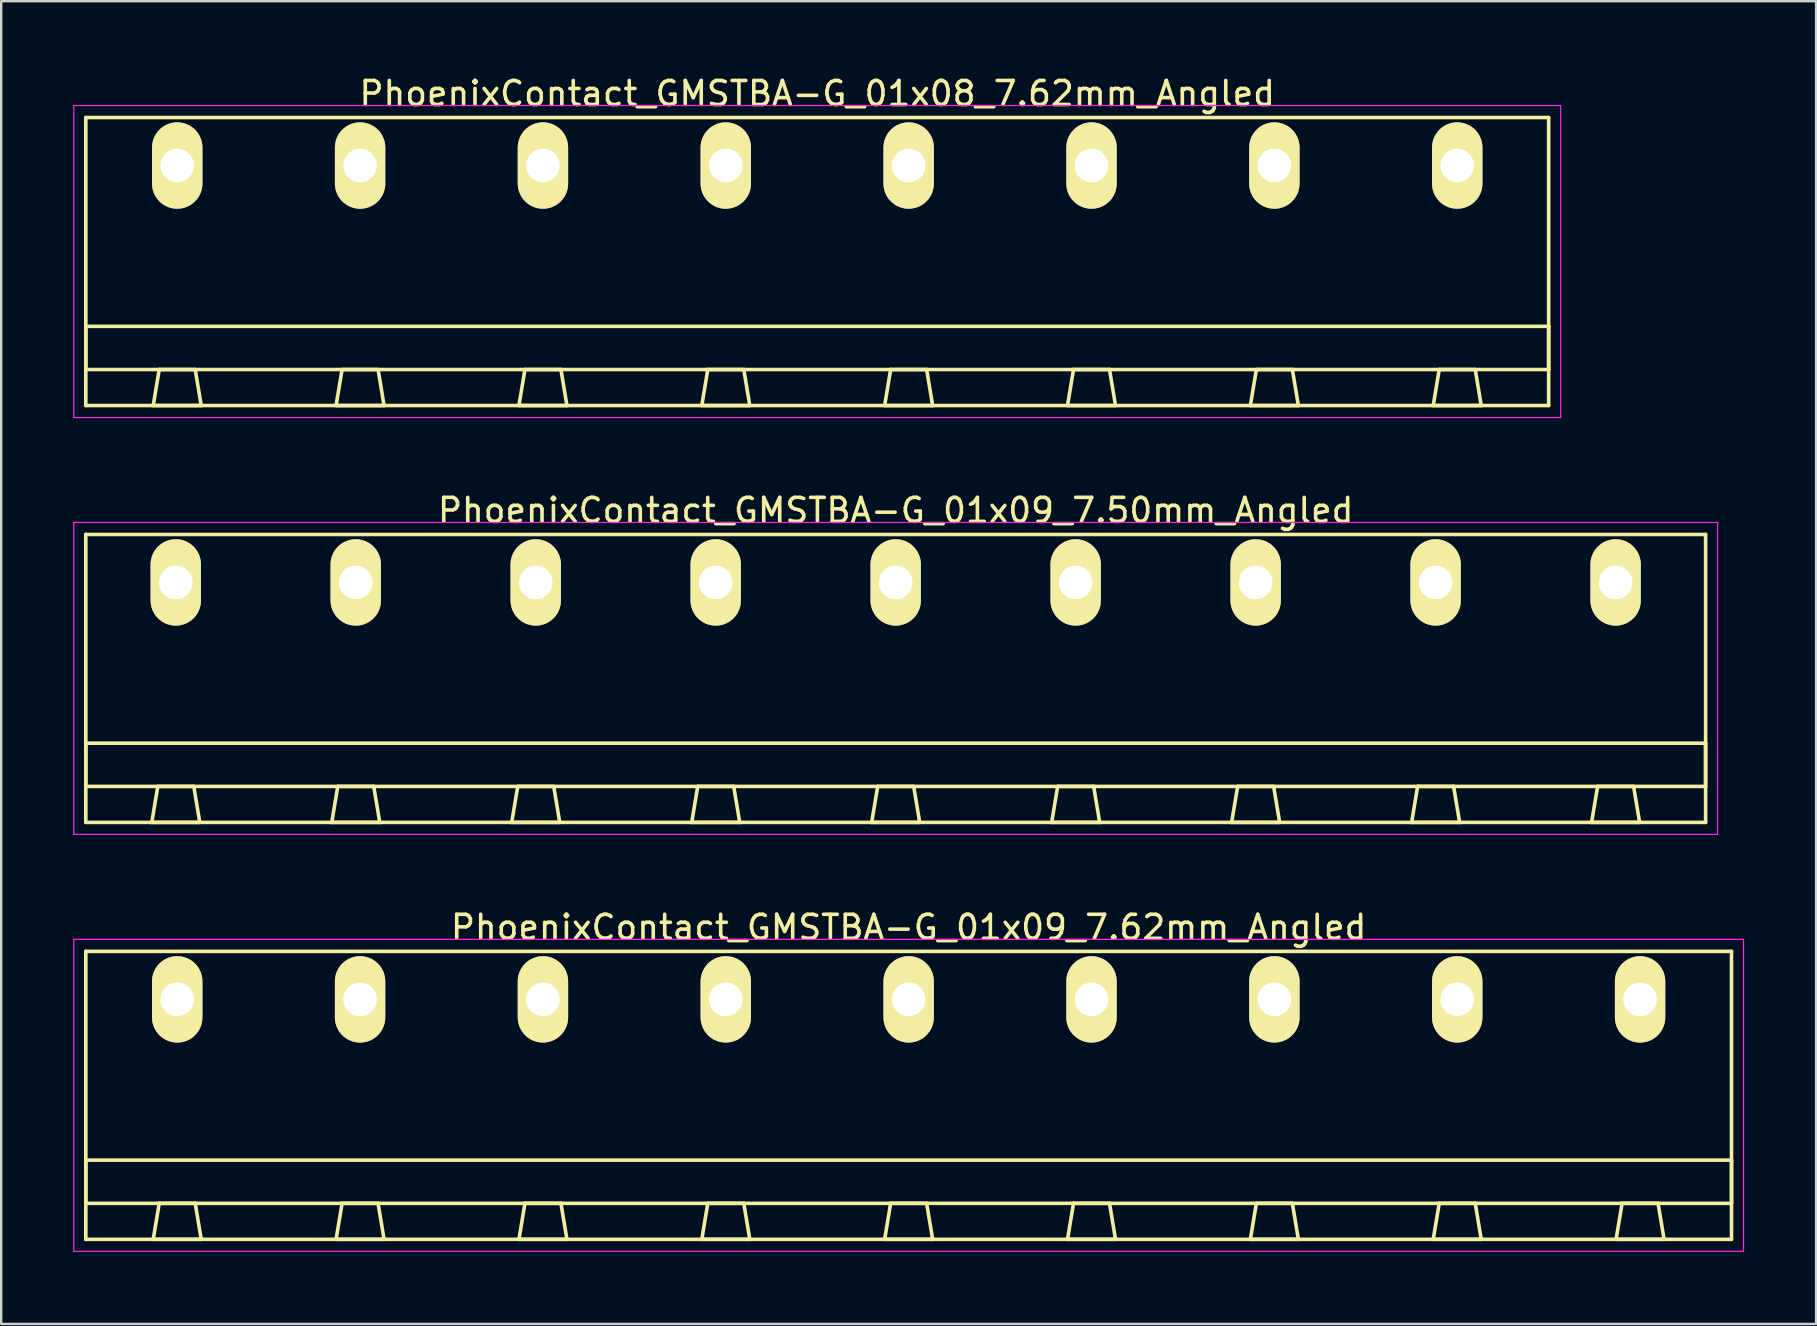
<source format=kicad_pcb>
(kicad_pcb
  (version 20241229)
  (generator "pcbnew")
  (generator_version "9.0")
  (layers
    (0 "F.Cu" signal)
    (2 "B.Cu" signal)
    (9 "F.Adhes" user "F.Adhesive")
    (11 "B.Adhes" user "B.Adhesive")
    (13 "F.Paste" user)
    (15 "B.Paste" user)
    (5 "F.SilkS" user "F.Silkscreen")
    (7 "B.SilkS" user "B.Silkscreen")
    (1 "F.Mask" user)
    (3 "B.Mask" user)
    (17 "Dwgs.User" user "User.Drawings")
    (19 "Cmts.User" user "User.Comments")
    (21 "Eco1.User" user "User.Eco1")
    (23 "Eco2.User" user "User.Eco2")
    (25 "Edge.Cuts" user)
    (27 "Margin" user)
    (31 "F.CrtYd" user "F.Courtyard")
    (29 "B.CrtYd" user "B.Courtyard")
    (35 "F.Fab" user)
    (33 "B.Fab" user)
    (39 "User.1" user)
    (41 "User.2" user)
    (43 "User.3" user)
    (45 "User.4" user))
  (footprint "PhoenixContact_GMSTBA-G_01x08_7.62mm_Angled"
    (layer "F.Cu")
    (at 4.335 3.848)
    (property "Reference" "PhoenixContact_GMSTBA-G_01x08_7.62mm_Angled" (at 26.67 -3 0) (layer "F.SilkS") (effects (font (size 1 1) (thickness 0.15))))
    (attr through_hole)
    (fp_line (start -3.81 -2) (end -3.81 10) (stroke (width 0.15) (type solid)) (layer "F.SilkS"))
    (fp_line (start -3.81 6.7) (end 57.15 6.7) (stroke (width 0.15) (type solid)) (layer "F.SilkS"))
    (fp_line (start -3.81 8.5) (end -3.81 6.7) (stroke (width 0.15) (type solid)) (layer "F.SilkS"))
    (fp_line (start -3.81 10) (end 57.15 10) (stroke (width 0.15) (type solid)) (layer "F.SilkS"))
    (fp_line (start -1 10) (end 1 10) (stroke (width 0.15) (type solid)) (layer "F.SilkS"))
    (fp_line (start -0.75 8.5) (end -1 10) (stroke (width 0.15) (type solid)) (layer "F.SilkS"))
    (fp_line (start 0.75 8.5) (end -0.75 8.5) (stroke (width 0.15) (type solid)) (layer "F.SilkS"))
    (fp_line (start 1 10) (end 0.75 8.5) (stroke (width 0.15) (type solid)) (layer "F.SilkS"))
    (fp_line (start 6.62 10) (end 8.62 10) (stroke (width 0.15) (type solid)) (layer "F.SilkS"))
    (fp_line (start 6.87 8.5) (end 6.62 10) (stroke (width 0.15) (type solid)) (layer "F.SilkS"))
    (fp_line (start 8.37 8.5) (end 6.87 8.5) (stroke (width 0.15) (type solid)) (layer "F.SilkS"))
    (fp_line (start 8.62 10) (end 8.37 8.5) (stroke (width 0.15) (type solid)) (layer "F.SilkS"))
    (fp_line (start 14.24 10) (end 16.24 10) (stroke (width 0.15) (type solid)) (layer "F.SilkS"))
    (fp_line (start 14.49 8.5) (end 14.24 10) (stroke (width 0.15) (type solid)) (layer "F.SilkS"))
    (fp_line (start 15.99 8.5) (end 14.49 8.5) (stroke (width 0.15) (type solid)) (layer "F.SilkS"))
    (fp_line (start 16.24 10) (end 15.99 8.5) (stroke (width 0.15) (type solid)) (layer "F.SilkS"))
    (fp_line (start 21.86 10) (end 23.86 10) (stroke (width 0.15) (type solid)) (layer "F.SilkS"))
    (fp_line (start 22.11 8.5) (end 21.86 10) (stroke (width 0.15) (type solid)) (layer "F.SilkS"))
    (fp_line (start 23.61 8.5) (end 22.11 8.5) (stroke (width 0.15) (type solid)) (layer "F.SilkS"))
    (fp_line (start 23.86 10) (end 23.61 8.5) (stroke (width 0.15) (type solid)) (layer "F.SilkS"))
    (fp_line (start 29.48 10) (end 31.48 10) (stroke (width 0.15) (type solid)) (layer "F.SilkS"))
    (fp_line (start 29.73 8.5) (end 29.48 10) (stroke (width 0.15) (type solid)) (layer "F.SilkS"))
    (fp_line (start 31.23 8.5) (end 29.73 8.5) (stroke (width 0.15) (type solid)) (layer "F.SilkS"))
    (fp_line (start 31.48 10) (end 31.23 8.5) (stroke (width 0.15) (type solid)) (layer "F.SilkS"))
    (fp_line (start 37.1 10) (end 39.1 10) (stroke (width 0.15) (type solid)) (layer "F.SilkS"))
    (fp_line (start 37.35 8.5) (end 37.1 10) (stroke (width 0.15) (type solid)) (layer "F.SilkS"))
    (fp_line (start 38.85 8.5) (end 37.35 8.5) (stroke (width 0.15) (type solid)) (layer "F.SilkS"))
    (fp_line (start 39.1 10) (end 38.85 8.5) (stroke (width 0.15) (type solid)) (layer "F.SilkS"))
    (fp_line (start 44.72 10) (end 46.72 10) (stroke (width 0.15) (type solid)) (layer "F.SilkS"))
    (fp_line (start 44.97 8.5) (end 44.72 10) (stroke (width 0.15) (type solid)) (layer "F.SilkS"))
    (fp_line (start 46.47 8.5) (end 44.97 8.5) (stroke (width 0.15) (type solid)) (layer "F.SilkS"))
    (fp_line (start 46.72 10) (end 46.47 8.5) (stroke (width 0.15) (type solid)) (layer "F.SilkS"))
    (fp_line (start 52.34 10) (end 54.34 10) (stroke (width 0.15) (type solid)) (layer "F.SilkS"))
    (fp_line (start 52.59 8.5) (end 52.34 10) (stroke (width 0.15) (type solid)) (layer "F.SilkS"))
    (fp_line (start 54.09 8.5) (end 52.59 8.5) (stroke (width 0.15) (type solid)) (layer "F.SilkS"))
    (fp_line (start 54.34 10) (end 54.09 8.5) (stroke (width 0.15) (type solid)) (layer "F.SilkS"))
    (fp_line (start 57.15 -2) (end -3.81 -2) (stroke (width 0.15) (type solid)) (layer "F.SilkS"))
    (fp_line (start 57.15 6.7) (end 57.15 8.5) (stroke (width 0.15) (type solid)) (layer "F.SilkS"))
    (fp_line (start 57.15 8.5) (end -3.81 8.5) (stroke (width 0.15) (type solid)) (layer "F.SilkS"))
    (fp_line (start 57.15 10) (end 57.15 -2) (stroke (width 0.15) (type solid)) (layer "F.SilkS"))
    (fp_line (start -4.31 -2.5) (end -4.31 10.5) (stroke (width 0.05) (type solid)) (layer "F.CrtYd"))
    (fp_line (start -4.31 10.5) (end 57.65 10.5) (stroke (width 0.05) (type solid)) (layer "F.CrtYd"))
    (fp_line (start 57.65 -2.5) (end -4.31 -2.5) (stroke (width 0.05) (type solid)) (layer "F.CrtYd"))
    (fp_line (start 57.65 10.5) (end 57.65 -2.5) (stroke (width 0.05) (type solid)) (layer "F.CrtYd"))
    (pad "1" thru_hole oval (at 0 0) (size 2.1 3.6) (drill 1.4) (layers "*.Cu" "*.Mask" "F.SilkS"))
    (pad "2" thru_hole oval (at 7.62 0) (size 2.1 3.6) (drill 1.4) (layers "*.Cu" "*.Mask" "F.SilkS"))
    (pad "3" thru_hole oval (at 15.24 0) (size 2.1 3.6) (drill 1.4) (layers "*.Cu" "*.Mask" "F.SilkS"))
    (pad "4" thru_hole oval (at 22.86 0) (size 2.1 3.6) (drill 1.4) (layers "*.Cu" "*.Mask" "F.SilkS"))
    (pad "5" thru_hole oval (at 30.48 0) (size 2.1 3.6) (drill 1.4) (layers "*.Cu" "*.Mask" "F.SilkS"))
    (pad "6" thru_hole oval (at 38.1 0) (size 2.1 3.6) (drill 1.4) (layers "*.Cu" "*.Mask" "F.SilkS"))
    (pad "7" thru_hole oval (at 45.72 0) (size 2.1 3.6) (drill 1.4) (layers "*.Cu" "*.Mask" "F.SilkS"))
    (pad "8" thru_hole oval (at 53.34 0) (size 2.1 3.6) (drill 1.4) (layers "*.Cu" "*.Mask" "F.SilkS")))
  (footprint "PhoenixContact_GMSTBA-G_01x09_7.62mm_Angled"
    (layer "F.Cu")
    (at 4.335 38.595)
    (property "Reference" "PhoenixContact_GMSTBA-G_01x09_7.62mm_Angled" (at 30.48 -3 0) (layer "F.SilkS") (effects (font (size 1 1) (thickness 0.15))))
    (attr through_hole)
    (fp_line (start -3.81 -2) (end -3.81 10) (stroke (width 0.15) (type solid)) (layer "F.SilkS"))
    (fp_line (start -3.81 6.7) (end 64.77 6.7) (stroke (width 0.15) (type solid)) (layer "F.SilkS"))
    (fp_line (start -3.81 8.5) (end -3.81 6.7) (stroke (width 0.15) (type solid)) (layer "F.SilkS"))
    (fp_line (start -3.81 10) (end 64.77 10) (stroke (width 0.15) (type solid)) (layer "F.SilkS"))
    (fp_line (start -1 10) (end 1 10) (stroke (width 0.15) (type solid)) (layer "F.SilkS"))
    (fp_line (start -0.75 8.5) (end -1 10) (stroke (width 0.15) (type solid)) (layer "F.SilkS"))
    (fp_line (start 0.75 8.5) (end -0.75 8.5) (stroke (width 0.15) (type solid)) (layer "F.SilkS"))
    (fp_line (start 1 10) (end 0.75 8.5) (stroke (width 0.15) (type solid)) (layer "F.SilkS"))
    (fp_line (start 6.62 10) (end 8.62 10) (stroke (width 0.15) (type solid)) (layer "F.SilkS"))
    (fp_line (start 6.87 8.5) (end 6.62 10) (stroke (width 0.15) (type solid)) (layer "F.SilkS"))
    (fp_line (start 8.37 8.5) (end 6.87 8.5) (stroke (width 0.15) (type solid)) (layer "F.SilkS"))
    (fp_line (start 8.62 10) (end 8.37 8.5) (stroke (width 0.15) (type solid)) (layer "F.SilkS"))
    (fp_line (start 14.24 10) (end 16.24 10) (stroke (width 0.15) (type solid)) (layer "F.SilkS"))
    (fp_line (start 14.49 8.5) (end 14.24 10) (stroke (width 0.15) (type solid)) (layer "F.SilkS"))
    (fp_line (start 15.99 8.5) (end 14.49 8.5) (stroke (width 0.15) (type solid)) (layer "F.SilkS"))
    (fp_line (start 16.24 10) (end 15.99 8.5) (stroke (width 0.15) (type solid)) (layer "F.SilkS"))
    (fp_line (start 21.86 10) (end 23.86 10) (stroke (width 0.15) (type solid)) (layer "F.SilkS"))
    (fp_line (start 22.11 8.5) (end 21.86 10) (stroke (width 0.15) (type solid)) (layer "F.SilkS"))
    (fp_line (start 23.61 8.5) (end 22.11 8.5) (stroke (width 0.15) (type solid)) (layer "F.SilkS"))
    (fp_line (start 23.86 10) (end 23.61 8.5) (stroke (width 0.15) (type solid)) (layer "F.SilkS"))
    (fp_line (start 29.48 10) (end 31.48 10) (stroke (width 0.15) (type solid)) (layer "F.SilkS"))
    (fp_line (start 29.73 8.5) (end 29.48 10) (stroke (width 0.15) (type solid)) (layer "F.SilkS"))
    (fp_line (start 31.23 8.5) (end 29.73 8.5) (stroke (width 0.15) (type solid)) (layer "F.SilkS"))
    (fp_line (start 31.48 10) (end 31.23 8.5) (stroke (width 0.15) (type solid)) (layer "F.SilkS"))
    (fp_line (start 37.1 10) (end 39.1 10) (stroke (width 0.15) (type solid)) (layer "F.SilkS"))
    (fp_line (start 37.35 8.5) (end 37.1 10) (stroke (width 0.15) (type solid)) (layer "F.SilkS"))
    (fp_line (start 38.85 8.5) (end 37.35 8.5) (stroke (width 0.15) (type solid)) (layer "F.SilkS"))
    (fp_line (start 39.1 10) (end 38.85 8.5) (stroke (width 0.15) (type solid)) (layer "F.SilkS"))
    (fp_line (start 44.72 10) (end 46.72 10) (stroke (width 0.15) (type solid)) (layer "F.SilkS"))
    (fp_line (start 44.97 8.5) (end 44.72 10) (stroke (width 0.15) (type solid)) (layer "F.SilkS"))
    (fp_line (start 46.47 8.5) (end 44.97 8.5) (stroke (width 0.15) (type solid)) (layer "F.SilkS"))
    (fp_line (start 46.72 10) (end 46.47 8.5) (stroke (width 0.15) (type solid)) (layer "F.SilkS"))
    (fp_line (start 52.34 10) (end 54.34 10) (stroke (width 0.15) (type solid)) (layer "F.SilkS"))
    (fp_line (start 52.59 8.5) (end 52.34 10) (stroke (width 0.15) (type solid)) (layer "F.SilkS"))
    (fp_line (start 54.09 8.5) (end 52.59 8.5) (stroke (width 0.15) (type solid)) (layer "F.SilkS"))
    (fp_line (start 54.34 10) (end 54.09 8.5) (stroke (width 0.15) (type solid)) (layer "F.SilkS"))
    (fp_line (start 59.96 10) (end 61.96 10) (stroke (width 0.15) (type solid)) (layer "F.SilkS"))
    (fp_line (start 60.21 8.5) (end 59.96 10) (stroke (width 0.15) (type solid)) (layer "F.SilkS"))
    (fp_line (start 61.71 8.5) (end 60.21 8.5) (stroke (width 0.15) (type solid)) (layer "F.SilkS"))
    (fp_line (start 61.96 10) (end 61.71 8.5) (stroke (width 0.15) (type solid)) (layer "F.SilkS"))
    (fp_line (start 64.77 -2) (end -3.81 -2) (stroke (width 0.15) (type solid)) (layer "F.SilkS"))
    (fp_line (start 64.77 6.7) (end 64.77 8.5) (stroke (width 0.15) (type solid)) (layer "F.SilkS"))
    (fp_line (start 64.77 8.5) (end -3.81 8.5) (stroke (width 0.15) (type solid)) (layer "F.SilkS"))
    (fp_line (start 64.77 10) (end 64.77 -2) (stroke (width 0.15) (type solid)) (layer "F.SilkS"))
    (fp_line (start -4.31 -2.5) (end -4.31 10.5) (stroke (width 0.05) (type solid)) (layer "F.CrtYd"))
    (fp_line (start -4.31 10.5) (end 65.27 10.5) (stroke (width 0.05) (type solid)) (layer "F.CrtYd"))
    (fp_line (start 65.27 -2.5) (end -4.31 -2.5) (stroke (width 0.05) (type solid)) (layer "F.CrtYd"))
    (fp_line (start 65.27 10.5) (end 65.27 -2.5) (stroke (width 0.05) (type solid)) (layer "F.CrtYd"))
    (pad "1" thru_hole oval (at 0 0) (size 2.1 3.6) (drill 1.4) (layers "*.Cu" "*.Mask" "F.SilkS"))
    (pad "2" thru_hole oval (at 7.62 0) (size 2.1 3.6) (drill 1.4) (layers "*.Cu" "*.Mask" "F.SilkS"))
    (pad "3" thru_hole oval (at 15.24 0) (size 2.1 3.6) (drill 1.4) (layers "*.Cu" "*.Mask" "F.SilkS"))
    (pad "4" thru_hole oval (at 22.86 0) (size 2.1 3.6) (drill 1.4) (layers "*.Cu" "*.Mask" "F.SilkS"))
    (pad "5" thru_hole oval (at 30.48 0) (size 2.1 3.6) (drill 1.4) (layers "*.Cu" "*.Mask" "F.SilkS"))
    (pad "6" thru_hole oval (at 38.1 0) (size 2.1 3.6) (drill 1.4) (layers "*.Cu" "*.Mask" "F.SilkS"))
    (pad "7" thru_hole oval (at 45.72 0) (size 2.1 3.6) (drill 1.4) (layers "*.Cu" "*.Mask" "F.SilkS"))
    (pad "8" thru_hole oval (at 53.34 0) (size 2.1 3.6) (drill 1.4) (layers "*.Cu" "*.Mask" "F.SilkS"))
    (pad "9" thru_hole oval (at 60.96 0) (size 2.1 3.6) (drill 1.4) (layers "*.Cu" "*.Mask" "F.SilkS")))
  (footprint "PhoenixContact_GMSTBA-G_01x09_7.50mm_Angled"
    (layer "F.Cu")
    (at 4.275 21.221)
    (property "Reference" "PhoenixContact_GMSTBA-G_01x09_7.50mm_Angled" (at 30 -3 0) (layer "F.SilkS") (effects (font (size 1 1) (thickness 0.15))))
    (attr through_hole)
    (fp_line (start -3.75 -2) (end -3.75 10) (stroke (width 0.15) (type solid)) (layer "F.SilkS"))
    (fp_line (start -3.75 6.7) (end 63.75 6.7) (stroke (width 0.15) (type solid)) (layer "F.SilkS"))
    (fp_line (start -3.75 8.5) (end -3.75 6.7) (stroke (width 0.15) (type solid)) (layer "F.SilkS"))
    (fp_line (start -3.75 10) (end 63.75 10) (stroke (width 0.15) (type solid)) (layer "F.SilkS"))
    (fp_line (start -1 10) (end 1 10) (stroke (width 0.15) (type solid)) (layer "F.SilkS"))
    (fp_line (start -0.75 8.5) (end -1 10) (stroke (width 0.15) (type solid)) (layer "F.SilkS"))
    (fp_line (start 0.75 8.5) (end -0.75 8.5) (stroke (width 0.15) (type solid)) (layer "F.SilkS"))
    (fp_line (start 1 10) (end 0.75 8.5) (stroke (width 0.15) (type solid)) (layer "F.SilkS"))
    (fp_line (start 6.5 10) (end 8.5 10) (stroke (width 0.15) (type solid)) (layer "F.SilkS"))
    (fp_line (start 6.75 8.5) (end 6.5 10) (stroke (width 0.15) (type solid)) (layer "F.SilkS"))
    (fp_line (start 8.25 8.5) (end 6.75 8.5) (stroke (width 0.15) (type solid)) (layer "F.SilkS"))
    (fp_line (start 8.5 10) (end 8.25 8.5) (stroke (width 0.15) (type solid)) (layer "F.SilkS"))
    (fp_line (start 14 10) (end 16 10) (stroke (width 0.15) (type solid)) (layer "F.SilkS"))
    (fp_line (start 14.25 8.5) (end 14 10) (stroke (width 0.15) (type solid)) (layer "F.SilkS"))
    (fp_line (start 15.75 8.5) (end 14.25 8.5) (stroke (width 0.15) (type solid)) (layer "F.SilkS"))
    (fp_line (start 16 10) (end 15.75 8.5) (stroke (width 0.15) (type solid)) (layer "F.SilkS"))
    (fp_line (start 21.5 10) (end 23.5 10) (stroke (width 0.15) (type solid)) (layer "F.SilkS"))
    (fp_line (start 21.75 8.5) (end 21.5 10) (stroke (width 0.15) (type solid)) (layer "F.SilkS"))
    (fp_line (start 23.25 8.5) (end 21.75 8.5) (stroke (width 0.15) (type solid)) (layer "F.SilkS"))
    (fp_line (start 23.5 10) (end 23.25 8.5) (stroke (width 0.15) (type solid)) (layer "F.SilkS"))
    (fp_line (start 29 10) (end 31 10) (stroke (width 0.15) (type solid)) (layer "F.SilkS"))
    (fp_line (start 29.25 8.5) (end 29 10) (stroke (width 0.15) (type solid)) (layer "F.SilkS"))
    (fp_line (start 30.75 8.5) (end 29.25 8.5) (stroke (width 0.15) (type solid)) (layer "F.SilkS"))
    (fp_line (start 31 10) (end 30.75 8.5) (stroke (width 0.15) (type solid)) (layer "F.SilkS"))
    (fp_line (start 36.5 10) (end 38.5 10) (stroke (width 0.15) (type solid)) (layer "F.SilkS"))
    (fp_line (start 36.75 8.5) (end 36.5 10) (stroke (width 0.15) (type solid)) (layer "F.SilkS"))
    (fp_line (start 38.25 8.5) (end 36.75 8.5) (stroke (width 0.15) (type solid)) (layer "F.SilkS"))
    (fp_line (start 38.5 10) (end 38.25 8.5) (stroke (width 0.15) (type solid)) (layer "F.SilkS"))
    (fp_line (start 44 10) (end 46 10) (stroke (width 0.15) (type solid)) (layer "F.SilkS"))
    (fp_line (start 44.25 8.5) (end 44 10) (stroke (width 0.15) (type solid)) (layer "F.SilkS"))
    (fp_line (start 45.75 8.5) (end 44.25 8.5) (stroke (width 0.15) (type solid)) (layer "F.SilkS"))
    (fp_line (start 46 10) (end 45.75 8.5) (stroke (width 0.15) (type solid)) (layer "F.SilkS"))
    (fp_line (start 51.5 10) (end 53.5 10) (stroke (width 0.15) (type solid)) (layer "F.SilkS"))
    (fp_line (start 51.75 8.5) (end 51.5 10) (stroke (width 0.15) (type solid)) (layer "F.SilkS"))
    (fp_line (start 53.25 8.5) (end 51.75 8.5) (stroke (width 0.15) (type solid)) (layer "F.SilkS"))
    (fp_line (start 53.5 10) (end 53.25 8.5) (stroke (width 0.15) (type solid)) (layer "F.SilkS"))
    (fp_line (start 59 10) (end 61 10) (stroke (width 0.15) (type solid)) (layer "F.SilkS"))
    (fp_line (start 59.25 8.5) (end 59 10) (stroke (width 0.15) (type solid)) (layer "F.SilkS"))
    (fp_line (start 60.75 8.5) (end 59.25 8.5) (stroke (width 0.15) (type solid)) (layer "F.SilkS"))
    (fp_line (start 61 10) (end 60.75 8.5) (stroke (width 0.15) (type solid)) (layer "F.SilkS"))
    (fp_line (start 63.75 -2) (end -3.75 -2) (stroke (width 0.15) (type solid)) (layer "F.SilkS"))
    (fp_line (start 63.75 6.7) (end 63.75 8.5) (stroke (width 0.15) (type solid)) (layer "F.SilkS"))
    (fp_line (start 63.75 8.5) (end -3.75 8.5) (stroke (width 0.15) (type solid)) (layer "F.SilkS"))
    (fp_line (start 63.75 10) (end 63.75 -2) (stroke (width 0.15) (type solid)) (layer "F.SilkS"))
    (fp_line (start -4.25 -2.5) (end -4.25 10.5) (stroke (width 0.05) (type solid)) (layer "F.CrtYd"))
    (fp_line (start -4.25 10.5) (end 64.25 10.5) (stroke (width 0.05) (type solid)) (layer "F.CrtYd"))
    (fp_line (start 64.25 -2.5) (end -4.25 -2.5) (stroke (width 0.05) (type solid)) (layer "F.CrtYd"))
    (fp_line (start 64.25 10.5) (end 64.25 -2.5) (stroke (width 0.05) (type solid)) (layer "F.CrtYd"))
    (pad "1" thru_hole oval (at 0 0) (size 2.1 3.6) (drill 1.4) (layers "*.Cu" "*.Mask" "F.SilkS"))
    (pad "2" thru_hole oval (at 7.5 0) (size 2.1 3.6) (drill 1.4) (layers "*.Cu" "*.Mask" "F.SilkS"))
    (pad "3" thru_hole oval (at 15 0) (size 2.1 3.6) (drill 1.4) (layers "*.Cu" "*.Mask" "F.SilkS"))
    (pad "4" thru_hole oval (at 22.5 0) (size 2.1 3.6) (drill 1.4) (layers "*.Cu" "*.Mask" "F.SilkS"))
    (pad "5" thru_hole oval (at 30 0) (size 2.1 3.6) (drill 1.4) (layers "*.Cu" "*.Mask" "F.SilkS"))
    (pad "6" thru_hole oval (at 37.5 0) (size 2.1 3.6) (drill 1.4) (layers "*.Cu" "*.Mask" "F.SilkS"))
    (pad "7" thru_hole oval (at 45 0) (size 2.1 3.6) (drill 1.4) (layers "*.Cu" "*.Mask" "F.SilkS"))
    (pad "8" thru_hole oval (at 52.5 0) (size 2.1 3.6) (drill 1.4) (layers "*.Cu" "*.Mask" "F.SilkS"))
    (pad "9" thru_hole oval (at 60 0) (size 2.1 3.6) (drill 1.4) (layers "*.Cu" "*.Mask" "F.SilkS")))
  (gr_rect
    (start -3 -3)
    (end 72.63 52.12)
    (stroke (width 0.1) (type default))
    (fill no)
    (layer "Edge.Cuts")))
</source>
